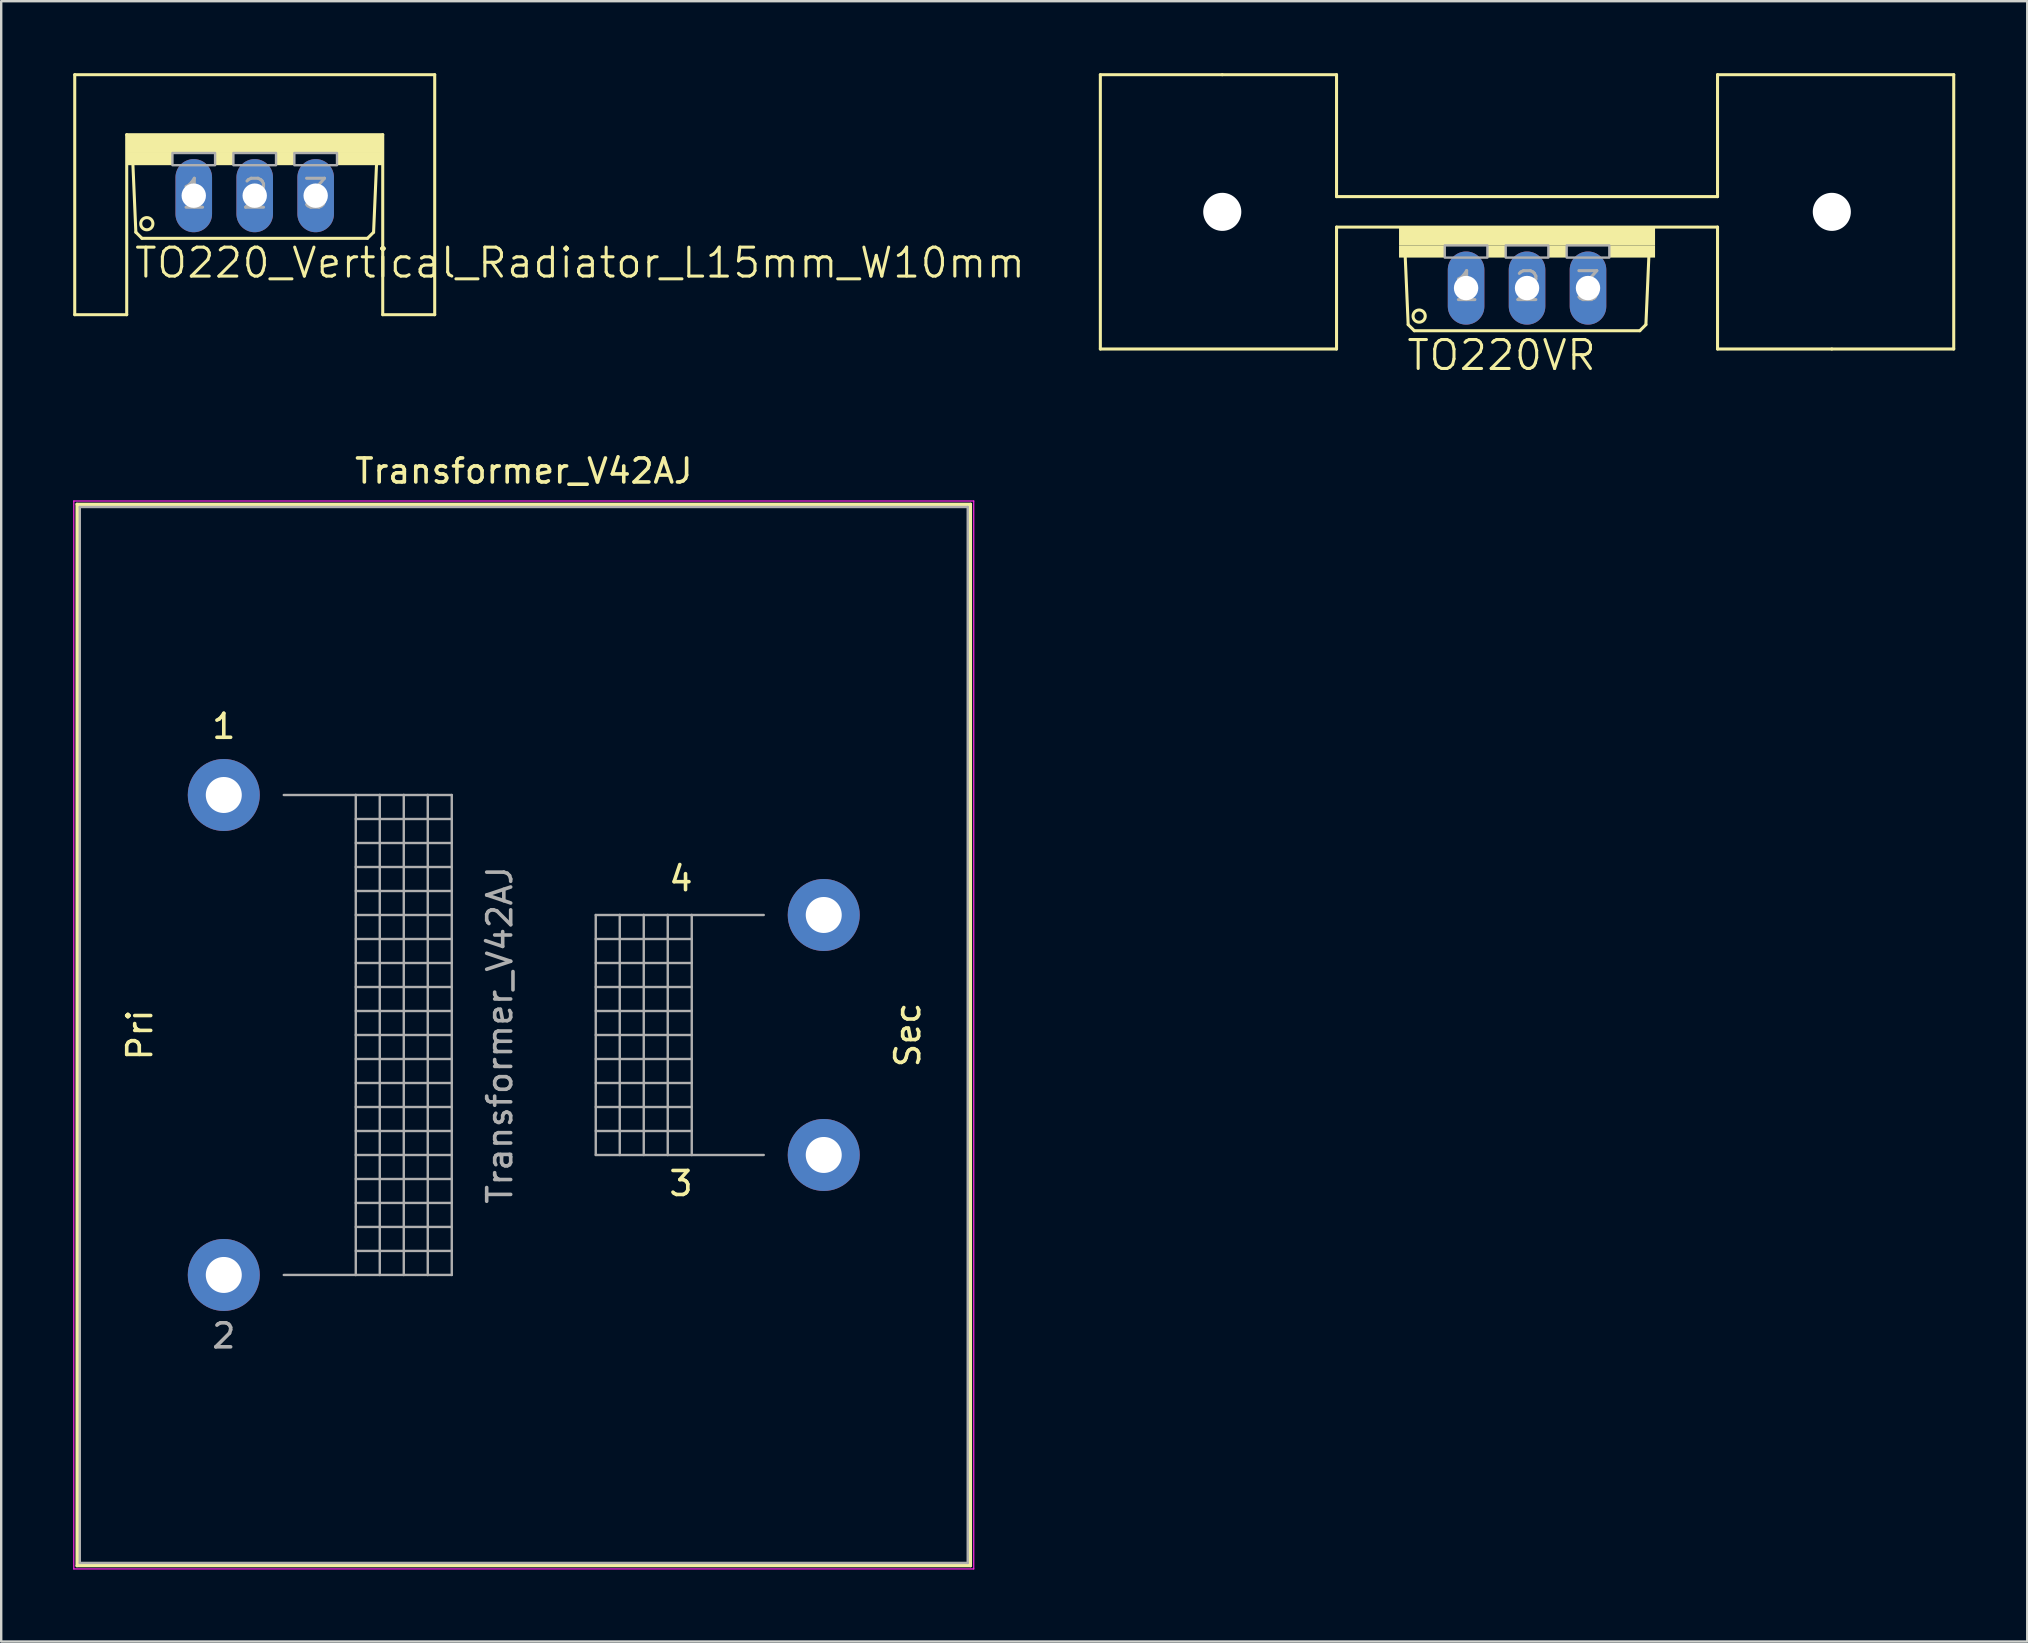
<source format=kicad_pcb>
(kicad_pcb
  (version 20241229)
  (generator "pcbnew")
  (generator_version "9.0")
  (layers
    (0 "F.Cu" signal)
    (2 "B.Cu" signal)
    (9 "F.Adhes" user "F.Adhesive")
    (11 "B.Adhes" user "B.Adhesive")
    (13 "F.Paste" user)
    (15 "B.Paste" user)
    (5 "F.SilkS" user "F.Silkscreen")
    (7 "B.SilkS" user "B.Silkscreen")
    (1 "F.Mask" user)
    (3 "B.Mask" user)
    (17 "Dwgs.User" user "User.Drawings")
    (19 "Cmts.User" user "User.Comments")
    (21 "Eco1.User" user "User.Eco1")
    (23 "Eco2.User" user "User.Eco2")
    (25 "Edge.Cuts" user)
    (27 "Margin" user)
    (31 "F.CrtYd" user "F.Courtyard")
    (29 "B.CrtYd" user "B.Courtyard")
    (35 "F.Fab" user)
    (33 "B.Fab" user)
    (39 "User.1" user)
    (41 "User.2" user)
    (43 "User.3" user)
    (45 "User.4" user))
  (footprint "Transformer_V42AJ"
    (layer "F.Cu")
    (at 6.275 50.077)
    (property "Reference" "Transformer_V42AJ" (at 12.5 -33.5 0) (layer "F.SilkS") (effects (font (size 1 1) (thickness 0.15))))
    (attr through_hole)
    (fp_line (start -6.12 -32.12) (end -6.12 12.12) (stroke (width 0.12) (type solid)) (layer "F.SilkS"))
    (fp_line (start -6.12 -32.12) (end 31.12 -32.12) (stroke (width 0.12) (type solid)) (layer "F.SilkS"))
    (fp_line (start -6.05 -32.05) (end 31.05 -32.05) (stroke (width 0.12) (type solid)) (layer "F.SilkS"))
    (fp_line (start -6.05 12.05) (end -6.05 -32.05) (stroke (width 0.12) (type solid)) (layer "F.SilkS"))
    (fp_line (start 31.05 -32.05) (end 31.05 12.05) (stroke (width 0.12) (type solid)) (layer "F.SilkS"))
    (fp_line (start 31.05 12.05) (end -6.05 12.05) (stroke (width 0.12) (type solid)) (layer "F.SilkS"))
    (fp_line (start 31.12 12.12) (end -6.12 12.12) (stroke (width 0.12) (type solid)) (layer "F.SilkS"))
    (fp_line (start 31.12 12.12) (end 31.12 -32.12) (stroke (width 0.12) (type solid)) (layer "F.SilkS"))
    (fp_line (start -6.25 -32.25) (end -6.25 12.25) (stroke (width 0.05) (type solid)) (layer "F.CrtYd"))
    (fp_line (start -6.25 -32.25) (end 31.25 -32.25) (stroke (width 0.05) (type solid)) (layer "F.CrtYd"))
    (fp_line (start 31.25 12.25) (end -6.25 12.25) (stroke (width 0.05) (type solid)) (layer "F.CrtYd"))
    (fp_line (start 31.25 12.25) (end 31.25 -32.25) (stroke (width 0.05) (type solid)) (layer "F.CrtYd"))
    (fp_line (start -6 -32) (end -6 12) (stroke (width 0.1) (type solid)) (layer "F.Fab"))
    (fp_line (start -6 12) (end 31 12) (stroke (width 0.1) (type solid)) (layer "F.Fab"))
    (fp_line (start 2.5 -20) (end 5.5 -20) (stroke (width 0.1) (type solid)) (layer "F.Fab"))
    (fp_line (start 5.5 -20) (end 5.5 0) (stroke (width 0.1) (type solid)) (layer "F.Fab"))
    (fp_line (start 5.5 -20) (end 6.5 -20) (stroke (width 0.1) (type solid)) (layer "F.Fab"))
    (fp_line (start 5.5 -19) (end 9.5 -19) (stroke (width 0.1) (type solid)) (layer "F.Fab"))
    (fp_line (start 5.5 -18) (end 9.5 -18) (stroke (width 0.1) (type solid)) (layer "F.Fab"))
    (fp_line (start 5.5 -17) (end 9.5 -17) (stroke (width 0.1) (type solid)) (layer "F.Fab"))
    (fp_line (start 5.5 -16) (end 9.5 -16) (stroke (width 0.1) (type solid)) (layer "F.Fab"))
    (fp_line (start 5.5 -15) (end 9.5 -15) (stroke (width 0.1) (type solid)) (layer "F.Fab"))
    (fp_line (start 5.5 -14) (end 9.5 -14) (stroke (width 0.1) (type solid)) (layer "F.Fab"))
    (fp_line (start 5.5 -13) (end 9.5 -13) (stroke (width 0.1) (type solid)) (layer "F.Fab"))
    (fp_line (start 5.5 -12) (end 9.5 -12) (stroke (width 0.1) (type solid)) (layer "F.Fab"))
    (fp_line (start 5.5 -11) (end 9.5 -11) (stroke (width 0.1) (type solid)) (layer "F.Fab"))
    (fp_line (start 5.5 -10) (end 9.5 -10) (stroke (width 0.1) (type solid)) (layer "F.Fab"))
    (fp_line (start 5.5 -9) (end 9.5 -9) (stroke (width 0.1) (type solid)) (layer "F.Fab"))
    (fp_line (start 5.5 -8) (end 9.5 -8) (stroke (width 0.1) (type solid)) (layer "F.Fab"))
    (fp_line (start 5.5 -7) (end 9.5 -7) (stroke (width 0.1) (type solid)) (layer "F.Fab"))
    (fp_line (start 5.5 -6) (end 9.5 -6) (stroke (width 0.1) (type solid)) (layer "F.Fab"))
    (fp_line (start 5.5 -5) (end 9.5 -5) (stroke (width 0.1) (type solid)) (layer "F.Fab"))
    (fp_line (start 5.5 -4) (end 9.5 -4) (stroke (width 0.1) (type solid)) (layer "F.Fab"))
    (fp_line (start 5.5 -3) (end 9.5 -3) (stroke (width 0.1) (type solid)) (layer "F.Fab"))
    (fp_line (start 5.5 -2) (end 9.5 -2) (stroke (width 0.1) (type solid)) (layer "F.Fab"))
    (fp_line (start 5.5 -1) (end 9.5 -1) (stroke (width 0.1) (type solid)) (layer "F.Fab"))
    (fp_line (start 5.5 0) (end 2.5 0) (stroke (width 0.1) (type solid)) (layer "F.Fab"))
    (fp_line (start 6.5 -20) (end 6.5 0) (stroke (width 0.1) (type solid)) (layer "F.Fab"))
    (fp_line (start 6.5 -20) (end 7.5 -20) (stroke (width 0.1) (type solid)) (layer "F.Fab"))
    (fp_line (start 6.5 0) (end 5.5 0) (stroke (width 0.1) (type solid)) (layer "F.Fab"))
    (fp_line (start 7.5 -20) (end 7.5 0) (stroke (width 0.1) (type solid)) (layer "F.Fab"))
    (fp_line (start 7.5 -20) (end 8.5 -20) (stroke (width 0.1) (type solid)) (layer "F.Fab"))
    (fp_line (start 7.5 0) (end 6.5 0) (stroke (width 0.1) (type solid)) (layer "F.Fab"))
    (fp_line (start 8.5 -20) (end 8.5 0) (stroke (width 0.1) (type solid)) (layer "F.Fab"))
    (fp_line (start 8.5 -20) (end 9.5 -20) (stroke (width 0.1) (type solid)) (layer "F.Fab"))
    (fp_line (start 8.5 0) (end 7.5 0) (stroke (width 0.1) (type solid)) (layer "F.Fab"))
    (fp_line (start 9.5 -20) (end 9.5 0) (stroke (width 0.1) (type solid)) (layer "F.Fab"))
    (fp_line (start 9.5 0) (end 8.5 0) (stroke (width 0.1) (type solid)) (layer "F.Fab"))
    (fp_line (start 15.5 -15) (end 15.5 -5) (stroke (width 0.1) (type solid)) (layer "F.Fab"))
    (fp_line (start 15.5 -14) (end 19.5 -14) (stroke (width 0.1) (type solid)) (layer "F.Fab"))
    (fp_line (start 15.5 -12) (end 19.5 -12) (stroke (width 0.1) (type solid)) (layer "F.Fab"))
    (fp_line (start 15.5 -10) (end 19.5 -10) (stroke (width 0.1) (type solid)) (layer "F.Fab"))
    (fp_line (start 15.5 -8) (end 19.5 -8) (stroke (width 0.1) (type solid)) (layer "F.Fab"))
    (fp_line (start 15.5 -6) (end 19.5 -6) (stroke (width 0.1) (type solid)) (layer "F.Fab"))
    (fp_line (start 15.5 -5) (end 16.5 -5) (stroke (width 0.1) (type solid)) (layer "F.Fab"))
    (fp_line (start 16.5 -15) (end 15.5 -15) (stroke (width 0.1) (type solid)) (layer "F.Fab"))
    (fp_line (start 16.5 -15) (end 16.5 -5) (stroke (width 0.1) (type solid)) (layer "F.Fab"))
    (fp_line (start 16.5 -5) (end 17.5 -5) (stroke (width 0.1) (type solid)) (layer "F.Fab"))
    (fp_line (start 17.5 -15) (end 16.5 -15) (stroke (width 0.1) (type solid)) (layer "F.Fab"))
    (fp_line (start 17.5 -15) (end 17.5 -5) (stroke (width 0.1) (type solid)) (layer "F.Fab"))
    (fp_line (start 17.5 -5) (end 18.5 -5) (stroke (width 0.1) (type solid)) (layer "F.Fab"))
    (fp_line (start 18.5 -15) (end 17.5 -15) (stroke (width 0.1) (type solid)) (layer "F.Fab"))
    (fp_line (start 18.5 -15) (end 18.5 -5) (stroke (width 0.1) (type solid)) (layer "F.Fab"))
    (fp_line (start 18.5 -5) (end 19.5 -5) (stroke (width 0.1) (type solid)) (layer "F.Fab"))
    (fp_line (start 19.5 -15) (end 18.5 -15) (stroke (width 0.1) (type solid)) (layer "F.Fab"))
    (fp_line (start 19.5 -15) (end 19.5 -5) (stroke (width 0.1) (type solid)) (layer "F.Fab"))
    (fp_line (start 19.5 -13) (end 15.5 -13) (stroke (width 0.1) (type solid)) (layer "F.Fab"))
    (fp_line (start 19.5 -11) (end 15.5 -11) (stroke (width 0.1) (type solid)) (layer "F.Fab"))
    (fp_line (start 19.5 -9) (end 15.5 -9) (stroke (width 0.1) (type solid)) (layer "F.Fab"))
    (fp_line (start 19.5 -7) (end 15.5 -7) (stroke (width 0.1) (type solid)) (layer "F.Fab"))
    (fp_line (start 19.5 -5) (end 22.5 -5) (stroke (width 0.1) (type solid)) (layer "F.Fab"))
    (fp_line (start 22.5 -15) (end 19.5 -15) (stroke (width 0.1) (type solid)) (layer "F.Fab"))
    (fp_line (start 31 -32) (end -6 -32) (stroke (width 0.1) (type solid)) (layer "F.Fab"))
    (fp_line (start 31 12) (end 31 -32) (stroke (width 0.1) (type solid)) (layer "F.Fab"))
    (fp_text user "3" (at 19.05 -3.81 0) (layer "F.SilkS") (effects (font (size 1 1) (thickness 0.15))))
    (fp_text user "4" (at 19.05 -16.51 0) (layer "F.SilkS") (effects (font (size 1 1) (thickness 0.15))))
    (fp_text user "Sec" (at 28.5 -10 90) (layer "F.SilkS") (effects (font (size 1 1) (thickness 0.15))))
    (fp_text user "Pri" (at -3.5 -10 90) (layer "F.SilkS") (effects (font (size 1 1) (thickness 0.15))))
    (fp_text user "1" (at 0 -22.86 0) (layer "F.SilkS") (effects (font (size 1 1) (thickness 0.15))))
    (fp_text user "2" (at 0 2.54 0) (layer "F.Fab") (effects (font (size 1 1) (thickness 0.15))))
    (fp_text user "${REFERENCE}" (at 11.5 -10 90) (layer "F.Fab") (effects (font (size 1 1) (thickness 0.15))))
    (pad "1" thru_hole circle (at 0 -20) (size 3 3) (drill 1.5) (layers "*.Cu" "*.Mask"))
    (pad "2" thru_hole circle (at 0 0) (size 3 3) (drill 1.5) (layers "*.Cu" "*.Mask"))
    (pad "3" thru_hole circle (at 25 -5) (size 3 3) (drill 1.5) (layers "*.Cu" "*.Mask"))
    (pad "4" thru_hole circle (at 25 -15) (size 3 3) (drill 1.5) (layers "*.Cu" "*.Mask")))
  (footprint "TO220VR"
    (layer "F.Cu")
    (at 60.581 6.413)
    (property "Reference" "TO220VR" (at -5.08 6.045 0) (layer "F.SilkS") (effects (font (size 1.206 1.206) (thickness 0.127)) (justify left bottom)))
    (attr through_hole)
    (fp_line (start -17.78 -6.35) (end -17.78 5.08) (stroke (width 0.127) (type solid)) (layer "F.SilkS"))
    (fp_line (start -17.78 -6.35) (end -12.7 -6.35) (stroke (width 0.127) (type solid)) (layer "F.SilkS"))
    (fp_line (start -17.78 5.08) (end -7.938 5.08) (stroke (width 0.127) (type solid)) (layer "F.SilkS"))
    (fp_line (start -7.938 -6.35) (end -12.7 -6.35) (stroke (width 0.127) (type solid)) (layer "F.SilkS"))
    (fp_line (start -7.938 -1.27) (end -7.938 -6.35) (stroke (width 0.127) (type solid)) (layer "F.SilkS"))
    (fp_line (start -7.938 -1.27) (end 7.938 -1.27) (stroke (width 0.127) (type solid)) (layer "F.SilkS"))
    (fp_line (start -7.938 0) (end 7.938 0) (stroke (width 0.127) (type solid)) (layer "F.SilkS"))
    (fp_line (start -7.938 5.08) (end -7.938 0) (stroke (width 0.127) (type solid)) (layer "F.SilkS"))
    (fp_line (start -4.953 4.064) (end -5.08 1.143) (stroke (width 0.127) (type solid)) (layer "F.SilkS"))
    (fp_line (start -4.953 4.064) (end -4.699 4.318) (stroke (width 0.127) (type solid)) (layer "F.SilkS"))
    (fp_line (start 4.699 4.318) (end -4.699 4.318) (stroke (width 0.127) (type solid)) (layer "F.SilkS"))
    (fp_line (start 4.699 4.318) (end 4.953 4.064) (stroke (width 0.127) (type solid)) (layer "F.SilkS"))
    (fp_line (start 5.08 1.143) (end 4.953 4.064) (stroke (width 0.127) (type solid)) (layer "F.SilkS"))
    (fp_line (start 7.938 -6.35) (end 7.938 -1.27) (stroke (width 0.127) (type solid)) (layer "F.SilkS"))
    (fp_line (start 7.938 0) (end 7.938 5.08) (stroke (width 0.127) (type solid)) (layer "F.SilkS"))
    (fp_line (start 7.938 5.08) (end 12.7 5.08) (stroke (width 0.127) (type solid)) (layer "F.SilkS"))
    (fp_line (start 17.78 -6.35) (end 7.938 -6.35) (stroke (width 0.127) (type solid)) (layer "F.SilkS"))
    (fp_line (start 17.78 5.08) (end 12.7 5.08) (stroke (width 0.127) (type solid)) (layer "F.SilkS"))
    (fp_line (start 17.78 5.08) (end 17.78 -6.35) (stroke (width 0.127) (type solid)) (layer "F.SilkS"))
    (fp_circle (center -4.496 3.708) (end -4.242 3.708) (stroke (width 0.127) (type solid)) (fill no) (layer "F.SilkS"))
    (fp_poly (pts (xy -5.334 0.762) (xy 5.334 0.762) (xy 5.334 0) (xy -5.334 0)) (stroke (width 0) (type solid)) (fill yes) (layer "F.SilkS"))
    (fp_poly (pts (xy -5.334 1.27) (xy -3.429 1.27) (xy -3.429 0.762) (xy -5.334 0.762)) (stroke (width 0) (type solid)) (fill yes) (layer "F.SilkS"))
    (fp_poly (pts (xy -1.651 1.27) (xy -0.889 1.27) (xy -0.889 0.762) (xy -1.651 0.762)) (stroke (width 0) (type solid)) (fill yes) (layer "F.SilkS"))
    (fp_poly (pts (xy 0.889 1.27) (xy 1.651 1.27) (xy 1.651 0.762) (xy 0.889 0.762)) (stroke (width 0) (type solid)) (fill yes) (layer "F.SilkS"))
    (fp_poly (pts (xy 3.429 1.27) (xy 5.334 1.27) (xy 5.334 0.762) (xy 3.429 0.762)) (stroke (width 0) (type solid)) (fill yes) (layer "F.SilkS"))
    (fp_poly (pts (xy -3.429 1.27) (xy -1.651 1.27) (xy -1.651 0.762) (xy -3.429 0.762)) (stroke (width 0.1) (type solid)) (fill no) (layer "F.Fab"))
    (fp_poly (pts (xy -0.889 1.27) (xy 0.889 1.27) (xy 0.889 0.762) (xy -0.889 0.762)) (stroke (width 0.1) (type solid)) (fill no) (layer "F.Fab"))
    (fp_poly (pts (xy 1.651 1.27) (xy 3.429 1.27) (xy 3.429 0.762) (xy 1.651 0.762)) (stroke (width 0.1) (type solid)) (fill no) (layer "F.Fab"))
    (fp_text user "1" (at -3.175 3.175 0) (layer "F.Fab") (effects (font (size 1.206 1.206) (thickness 0.127)) (justify left bottom)))
    (fp_text user "3" (at 1.905 3.175 0) (layer "F.Fab") (effects (font (size 1.206 1.206) (thickness 0.127)) (justify left bottom)))
    (fp_text user "2" (at -0.635 3.175 0) (layer "F.Fab") (effects (font (size 1.206 1.206) (thickness 0.127)) (justify left bottom)))
    (pad "" np_thru_hole circle (at -12.7 -0.635) (size 1.587 1.587) (drill 1.587) (layers "*.Cu" "*.Mask"))
    (pad "" np_thru_hole circle (at 12.7 -0.635) (size 1.587 1.587) (drill 1.587) (layers "*.Cu" "*.Mask"))
    (pad "1" thru_hole oval (at -2.54 2.54 90) (size 3.048 1.524) (drill 1.016) (layers "*.Cu" "*.Mask"))
    (pad "2" thru_hole oval (at 0 2.54 90) (size 3.048 1.524) (drill 1.016) (layers "*.Cu" "*.Mask"))
    (pad "3" thru_hole oval (at 2.54 2.54 90) (size 3.048 1.524) (drill 1.016) (layers "*.Cu" "*.Mask")))
  (footprint "TO220_Vertical_Radiator_L15mm_W10mm"
    (layer "F.Cu")
    (at 7.564 2.563)
    (property "Reference" "TO220_Vertical_Radiator_L15mm_W10mm" (at -5.08 6.045 0) (layer "F.SilkS") (effects (font (size 1.206 1.206) (thickness 0.127)) (justify left bottom)))
    (attr through_hole)
    (fp_line (start -7.5 -2.5) (end -7.5 7.5) (stroke (width 0.127) (type solid)) (layer "F.SilkS"))
    (fp_line (start -7.5 -2.5) (end 7.5 -2.5) (stroke (width 0.127) (type solid)) (layer "F.SilkS"))
    (fp_line (start -7.5 7.5) (end -5.334 7.5) (stroke (width 0.127) (type solid)) (layer "F.SilkS"))
    (fp_line (start -5.334 0) (end 5.334 0) (stroke (width 0.127) (type solid)) (layer "F.SilkS"))
    (fp_line (start -5.334 7.5) (end -5.334 0) (stroke (width 0.127) (type solid)) (layer "F.SilkS"))
    (fp_line (start -4.953 4.064) (end -5.08 1.143) (stroke (width 0.127) (type solid)) (layer "F.SilkS"))
    (fp_line (start -4.953 4.064) (end -4.699 4.318) (stroke (width 0.127) (type solid)) (layer "F.SilkS"))
    (fp_line (start 4.699 4.318) (end -4.699 4.318) (stroke (width 0.127) (type solid)) (layer "F.SilkS"))
    (fp_line (start 4.699 4.318) (end 4.953 4.064) (stroke (width 0.127) (type solid)) (layer "F.SilkS"))
    (fp_line (start 5.08 1.143) (end 4.953 4.064) (stroke (width 0.127) (type solid)) (layer "F.SilkS"))
    (fp_line (start 5.334 0) (end 5.334 7.5) (stroke (width 0.127) (type solid)) (layer "F.SilkS"))
    (fp_line (start 5.334 7.5) (end 7.5 7.5) (stroke (width 0.127) (type solid)) (layer "F.SilkS"))
    (fp_line (start 7.5 7.5) (end 7.5 -2.5) (stroke (width 0.127) (type solid)) (layer "F.SilkS"))
    (fp_circle (center -4.496 3.708) (end -4.242 3.708) (stroke (width 0.127) (type solid)) (fill no) (layer "F.SilkS"))
    (fp_poly (pts (xy -5.334 0.762) (xy 5.334 0.762) (xy 5.334 0) (xy -5.334 0)) (stroke (width 0) (type solid)) (fill yes) (layer "F.SilkS"))
    (fp_poly (pts (xy -5.334 1.27) (xy -3.429 1.27) (xy -3.429 0.762) (xy -5.334 0.762)) (stroke (width 0) (type solid)) (fill yes) (layer "F.SilkS"))
    (fp_poly (pts (xy -1.651 1.27) (xy -0.889 1.27) (xy -0.889 0.762) (xy -1.651 0.762)) (stroke (width 0) (type solid)) (fill yes) (layer "F.SilkS"))
    (fp_poly (pts (xy 0.889 1.27) (xy 1.651 1.27) (xy 1.651 0.762) (xy 0.889 0.762)) (stroke (width 0) (type solid)) (fill yes) (layer "F.SilkS"))
    (fp_poly (pts (xy 3.429 1.27) (xy 5.334 1.27) (xy 5.334 0.762) (xy 3.429 0.762)) (stroke (width 0) (type solid)) (fill yes) (layer "F.SilkS"))
    (fp_poly (pts (xy -3.429 1.27) (xy -1.651 1.27) (xy -1.651 0.762) (xy -3.429 0.762)) (stroke (width 0.1) (type solid)) (fill no) (layer "F.Fab"))
    (fp_poly (pts (xy -0.889 1.27) (xy 0.889 1.27) (xy 0.889 0.762) (xy -0.889 0.762)) (stroke (width 0.1) (type solid)) (fill no) (layer "F.Fab"))
    (fp_poly (pts (xy 1.651 1.27) (xy 3.429 1.27) (xy 3.429 0.762) (xy 1.651 0.762)) (stroke (width 0.1) (type solid)) (fill no) (layer "F.Fab"))
    (fp_text user "2" (at -0.635 3.175 0) (layer "F.Fab") (effects (font (size 1.206 1.206) (thickness 0.127)) (justify left bottom)))
    (fp_text user "1" (at -3.175 3.175 0) (layer "F.Fab") (effects (font (size 1.206 1.206) (thickness 0.127)) (justify left bottom)))
    (fp_text user "3" (at 1.905 3.175 0) (layer "F.Fab") (effects (font (size 1.206 1.206) (thickness 0.127)) (justify left bottom)))
    (pad "1" thru_hole oval (at -2.54 2.54 90) (size 3.048 1.524) (drill 1.016) (layers "*.Cu" "*.Mask"))
    (pad "2" thru_hole oval (at 0 2.54 90) (size 3.048 1.524) (drill 1.016) (layers "*.Cu" "*.Mask"))
    (pad "3" thru_hole oval (at 2.54 2.54 90) (size 3.048 1.524) (drill 1.016) (layers "*.Cu" "*.Mask")))
  (gr_rect
    (start -3 -3)
    (end 81.424 65.352)
    (stroke (width 0.1) (type default))
    (fill no)
    (layer "Edge.Cuts")))
</source>
